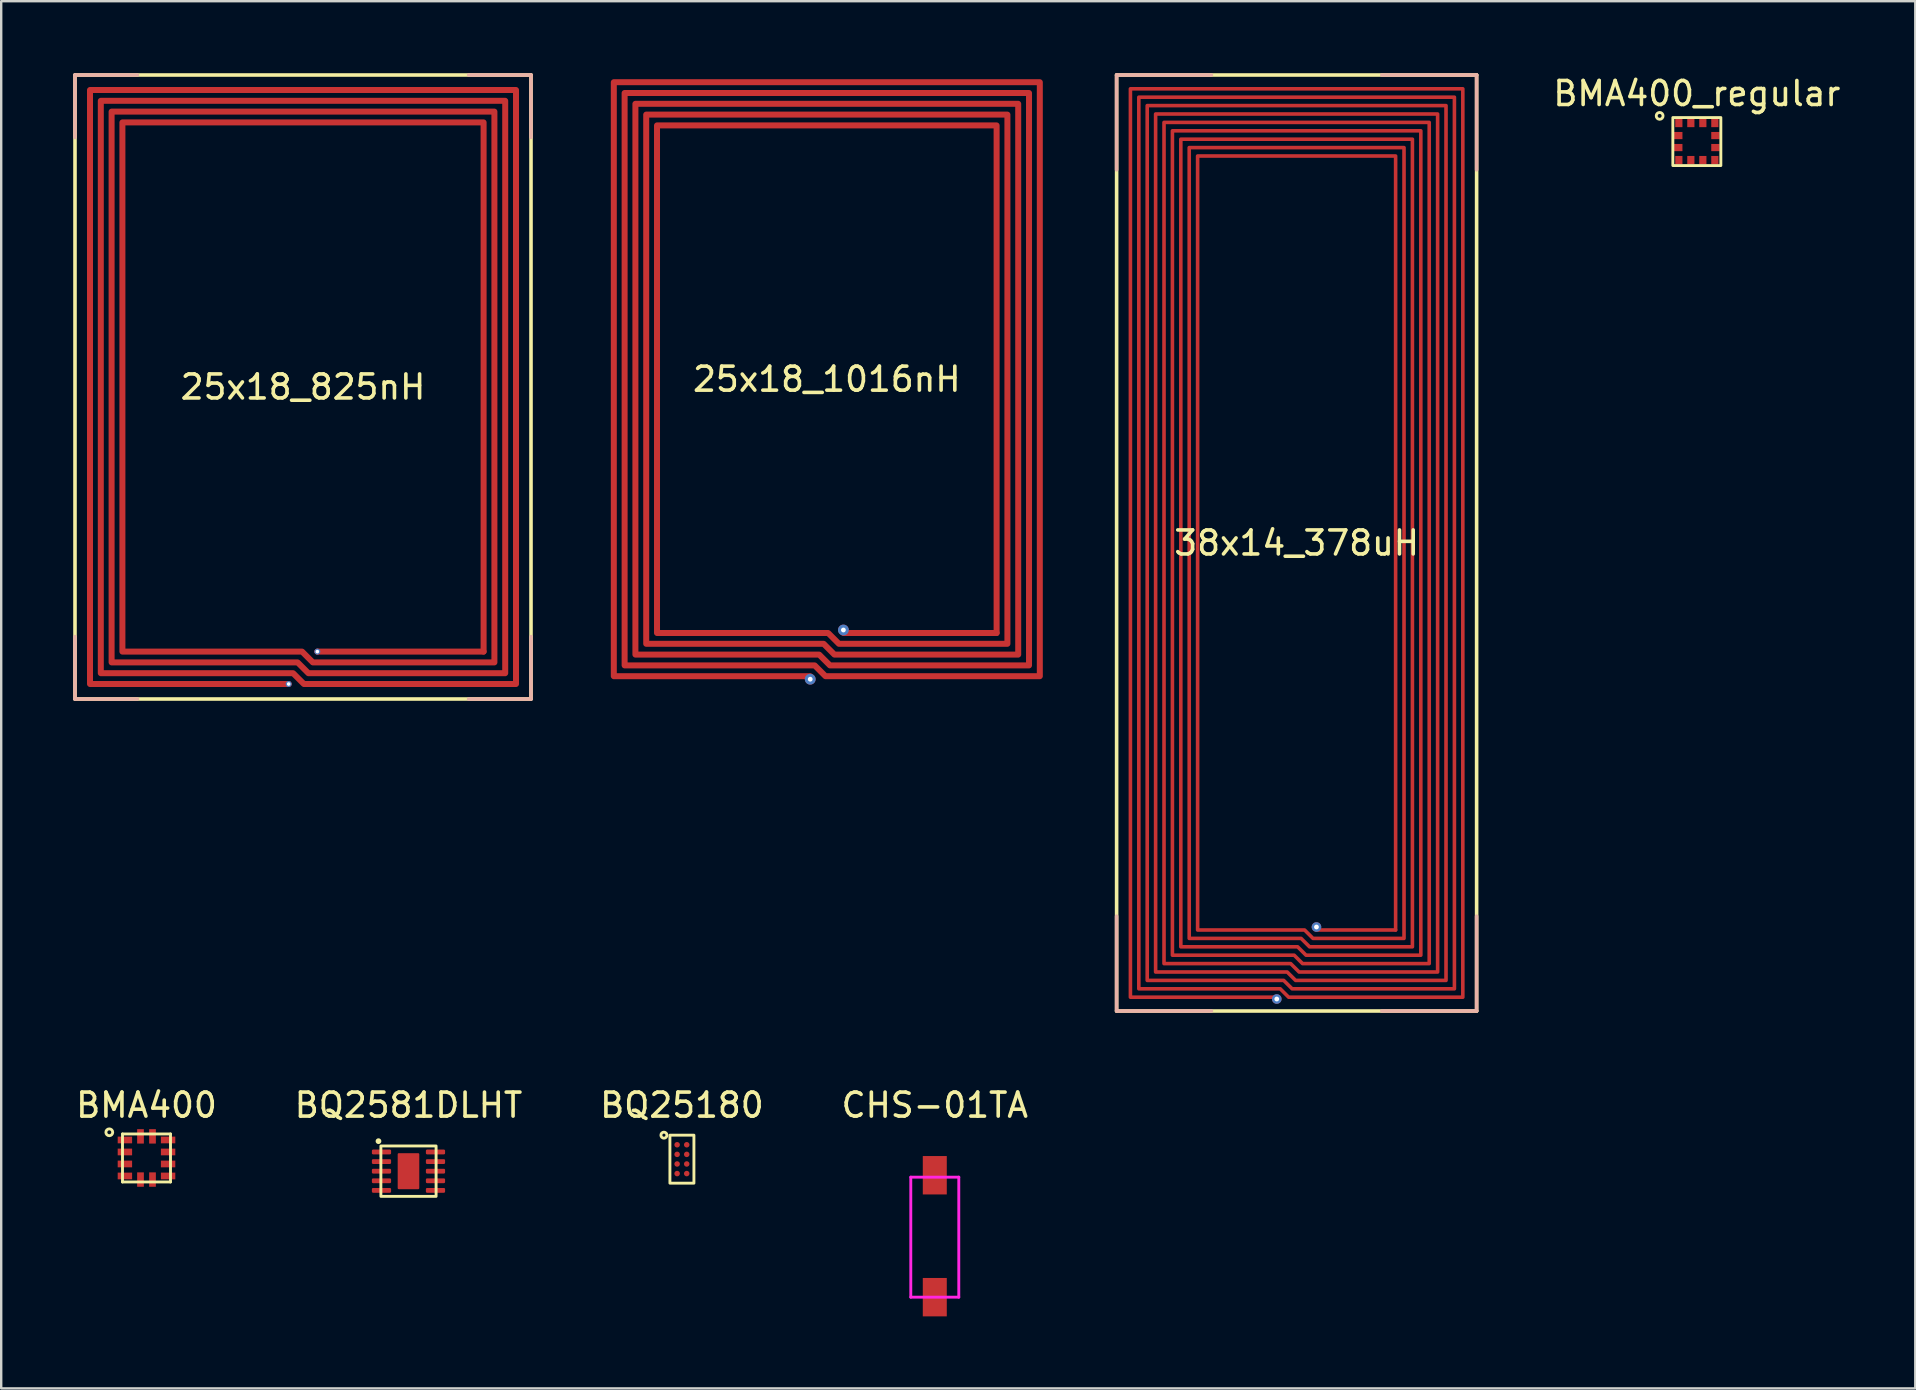
<source format=kicad_pcb>
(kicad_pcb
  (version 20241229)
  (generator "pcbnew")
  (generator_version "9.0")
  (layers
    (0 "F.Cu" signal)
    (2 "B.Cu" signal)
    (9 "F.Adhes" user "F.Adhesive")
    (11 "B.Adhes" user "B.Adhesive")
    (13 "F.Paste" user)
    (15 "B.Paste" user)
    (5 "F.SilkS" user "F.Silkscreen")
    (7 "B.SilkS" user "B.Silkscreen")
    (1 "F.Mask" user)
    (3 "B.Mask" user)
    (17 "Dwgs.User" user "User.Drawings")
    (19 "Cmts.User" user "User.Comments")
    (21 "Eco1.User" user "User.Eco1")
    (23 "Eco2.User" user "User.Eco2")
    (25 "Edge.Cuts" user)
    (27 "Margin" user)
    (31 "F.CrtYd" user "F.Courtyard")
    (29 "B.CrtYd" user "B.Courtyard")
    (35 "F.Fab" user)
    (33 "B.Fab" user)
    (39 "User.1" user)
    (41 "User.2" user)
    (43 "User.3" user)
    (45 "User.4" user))
  (footprint "25x18_825nH"
    (layer "F.Cu")
    (at 0.575 0.575)
    (property "Reference" "25x18_825nH" (at 9 12.5 0) (layer "F.SilkS") (effects (font (size 1 1) (thickness 0.15))))
    (attr through_hole)
    (fp_line (start -0.5 -0.5) (end 18.5 -0.5) (stroke (width 0.15) (type solid)) (layer "F.SilkS"))
    (fp_line (start -0.5 25.5) (end -0.5 -0.5) (stroke (width 0.15) (type solid)) (layer "F.SilkS"))
    (fp_line (start 18.5 -0.5) (end 18.5 25.5) (stroke (width 0.15) (type solid)) (layer "F.SilkS"))
    (fp_line (start 18.5 25.5) (end -0.5 25.5) (stroke (width 0.15) (type solid)) (layer "F.SilkS"))
    (fp_line (start -0.5 -0.5) (end -0.5 2.1) (stroke (width 0.15) (type solid)) (layer "B.SilkS"))
    (fp_line (start -0.5 -0.5) (end 2.1 -0.5) (stroke (width 0.15) (type solid)) (layer "B.SilkS"))
    (fp_line (start -0.5 25.5) (end -0.5 22.9) (stroke (width 0.15) (type solid)) (layer "B.SilkS"))
    (fp_line (start -0.5 25.5) (end 2.1 25.5) (stroke (width 0.15) (type solid)) (layer "B.SilkS"))
    (fp_line (start 18.5 -0.5) (end 15.9 -0.5) (stroke (width 0.15) (type solid)) (layer "B.SilkS"))
    (fp_line (start 18.5 -0.5) (end 18.5 2.1) (stroke (width 0.15) (type solid)) (layer "B.SilkS"))
    (fp_line (start 18.5 25.5) (end 15.9 25.5) (stroke (width 0.15) (type solid)) (layer "B.SilkS"))
    (fp_line (start 18.5 25.5) (end 18.5 22.9) (stroke (width 0.15) (type solid)) (layer "B.SilkS"))
    (pad "1" thru_hole circle (at 8.402 24.875) (size 0.25 0.25) (drill 0.15) (layers "*.Cu" "*.Mask"))
    (pad "1" smd custom (at 8.402 24.875) (size 0.25 0.25) (layers "F.Cu") (options (anchor circle)) (primitives (gr_line (start 0 0) (end -8.277 0) (width 0.25)) (gr_line (start -8.277 0) (end -8.277 -24.75) (width 0.25)) (gr_line (start -8.277 -24.75) (end 9.473 -24.75) (width 0.25)) (gr_line (start 9.473 -24.75) (end 9.473 0) (width 0.25)) (gr_line (start 9.473 0) (end 0.636 0) (width 0.25)) (gr_line (start 0.636 0) (end 0.186 -0.45) (width 0.25)) (gr_line (start 0.186 -0.45) (end -7.827 -0.45) (width 0.25)) (gr_line (start -7.827 -0.45) (end -7.827 -24.3) (width 0.25)) (gr_line (start -7.827 -24.3) (end 9.023 -24.3) (width 0.25)) (gr_line (start 9.023 -24.3) (end 9.023 -0.45) (width 0.25)) (gr_line (start 9.023 -0.45) (end 0.823 -0.45) (width 0.25)) (gr_line (start 0.823 -0.45) (end 0.373 -0.9) (width 0.25)) (gr_line (start 0.373 -0.9) (end -7.377 -0.9) (width 0.25)) (gr_line (start -7.377 -0.9) (end -7.377 -23.85) (width 0.25)) (gr_line (start -7.377 -23.85) (end 8.573 -23.85) (width 0.25)) (gr_line (start 8.573 -23.85) (end 8.573 -0.9) (width 0.25)) (gr_line (start 8.573 -0.9) (end 1.009 -0.9) (width 0.25)) (gr_line (start 1.009 -0.9) (end 0.559 -1.35) (width 0.25)) (gr_line (start 0.559 -1.35) (end -6.927 -1.35) (width 0.25)) (gr_line (start -6.927 -1.35) (end -6.927 -23.4) (width 0.25)) (gr_line (start -6.927 -23.4) (end 8.123 -23.4) (width 0.25)) (gr_line (start 8.123 -23.4) (end 8.123 -1.35) (width 0.25))))
    (pad "2" thru_hole circle (at 9.598 23.525) (size 0.25 0.25) (drill 0.15) (layers "*.Cu" "*.Mask"))
    (pad "2" smd custom (at 9.598 23.525) (size 0.25 0.25) (layers "F.Cu") (options (anchor circle)) (primitives (gr_line (start 0 0) (end 6.927 0) (width 0.25)))))
  (footprint "38x14_378uH"
    (layer "F.Cu")
    (at 43.975 0.575)
    (property "Reference" "38x14_378uH" (at 7 19 0) (layer "F.SilkS") (effects (font (size 1 1) (thickness 0.15))))
    (attr through_hole)
    (fp_line (start 6.173 37.925) (end 6.173 38) (stroke (width 0.12) (type default)) (layer "F.Cu"))
    (fp_line (start 7.827 35.125) (end 7.827 35) (stroke (width 0.12) (type default)) (layer "F.Cu"))
    (fp_line (start -0.5 -0.5) (end 14.5 -0.5) (stroke (width 0.15) (type solid)) (layer "F.SilkS"))
    (fp_line (start -0.5 38.5) (end -0.5 -0.5) (stroke (width 0.15) (type solid)) (layer "F.SilkS"))
    (fp_line (start 14.5 -0.5) (end 14.5 38.5) (stroke (width 0.15) (type solid)) (layer "F.SilkS"))
    (fp_line (start 14.5 38.5) (end -0.5 38.5) (stroke (width 0.15) (type solid)) (layer "F.SilkS"))
    (fp_line (start -0.5 -0.5) (end -0.5 3.45) (stroke (width 0.15) (type solid)) (layer "B.SilkS"))
    (fp_line (start -0.5 -0.5) (end 3.45 -0.5) (stroke (width 0.15) (type solid)) (layer "B.SilkS"))
    (fp_line (start -0.5 38.5) (end -0.5 34.55) (stroke (width 0.15) (type solid)) (layer "B.SilkS"))
    (fp_line (start -0.5 38.5) (end 3.45 38.5) (stroke (width 0.15) (type solid)) (layer "B.SilkS"))
    (fp_line (start 14.5 -0.5) (end 10.55 -0.5) (stroke (width 0.15) (type solid)) (layer "B.SilkS"))
    (fp_line (start 14.5 -0.5) (end 14.5 3.45) (stroke (width 0.15) (type solid)) (layer "B.SilkS"))
    (fp_line (start 14.5 38.5) (end 10.55 38.5) (stroke (width 0.15) (type solid)) (layer "B.SilkS"))
    (fp_line (start 14.5 38.5) (end 14.5 34.55) (stroke (width 0.15) (type solid)) (layer "B.SilkS"))
    (pad "1" smd custom (at 6.173 37.925) (size 0.15 0.15) (layers "F.Cu") (options (anchor circle)) (primitives (gr_line (start 0 0) (end -6.098 0) (width 0.15)) (gr_line (start -6.098 0) (end -6.098 -37.85) (width 0.15)) (gr_line (start -6.098 -37.85) (end 7.752 -37.85) (width 0.15)) (gr_line (start 7.752 -37.85) (end 7.752 0) (width 0.15)) (gr_line (start 7.752 0) (end 0.495 0) (width 0.15)) (gr_line (start 0.495 0) (end 0.145 -0.35) (width 0.15)) (gr_line (start 0.145 -0.35) (end -5.748 -0.35) (width 0.15)) (gr_line (start -5.748 -0.35) (end -5.748 -37.5) (width 0.15)) (gr_line (start -5.748 -37.5) (end 7.402 -37.5) (width 0.15)) (gr_line (start 7.402 -37.5) (end 7.402 -0.35) (width 0.15)) (gr_line (start 7.402 -0.35) (end 0.64 -0.35) (width 0.15)) (gr_line (start 0.64 -0.35) (end 0.29 -0.7) (width 0.15)) (gr_line (start 0.29 -0.7) (end -5.398 -0.7) (width 0.15)) (gr_line (start -5.398 -0.7) (end -5.398 -37.15) (width 0.15)) (gr_line (start -5.398 -37.15) (end 7.052 -37.15) (width 0.15)) (gr_line (start 7.052 -37.15) (end 7.052 -0.7) (width 0.15)) (gr_line (start 7.052 -0.7) (end 0.785 -0.7) (width 0.15)) (gr_line (start 0.785 -0.7) (end 0.435 -1.05) (width 0.15)) (gr_line (start 0.435 -1.05) (end -5.048 -1.05) (width 0.15)) (gr_line (start -5.048 -1.05) (end -5.048 -36.8) (width 0.15)) (gr_line (start -5.048 -36.8) (end 6.702 -36.8) (width 0.15)) (gr_line (start 6.702 -36.8) (end 6.702 -1.05) (width 0.15)) (gr_line (start 6.702 -1.05) (end 0.93 -1.05) (width 0.15)) (gr_line (start 0.93 -1.05) (end 0.58 -1.4) (width 0.15)) (gr_line (start 0.58 -1.4) (end -4.698 -1.4) (width 0.15)) (gr_line (start -4.698 -1.4) (end -4.698 -36.45) (width 0.15)) (gr_line (start -4.698 -36.45) (end 6.352 -36.45) (width 0.15)) (gr_line (start 6.352 -36.45) (end 6.352 -1.4) (width 0.15)) (gr_line (start 6.352 -1.4) (end 1.075 -1.4) (width 0.15)) (gr_line (start 1.075 -1.4) (end 0.725 -1.75) (width 0.15)) (gr_line (start 0.725 -1.75) (end -4.348 -1.75) (width 0.15)) (gr_line (start -4.348 -1.75) (end -4.348 -36.1) (width 0.15)) (gr_line (start -4.348 -36.1) (end 6.002 -36.1) (width 0.15)) (gr_line (start 6.002 -36.1) (end 6.002 -1.75) (width 0.15)) (gr_line (start 6.002 -1.75) (end 1.22 -1.75) (width 0.15)) (gr_line (start 1.22 -1.75) (end 0.87 -2.1) (width 0.15)) (gr_line (start 0.87 -2.1) (end -3.998 -2.1) (width 0.15)) (gr_line (start -3.998 -2.1) (end -3.998 -35.75) (width 0.15)) (gr_line (start -3.998 -35.75) (end 5.652 -35.75) (width 0.15)) (gr_line (start 5.652 -35.75) (end 5.652 -2.1) (width 0.15)) (gr_line (start 5.652 -2.1) (end 1.365 -2.1) (width 0.15)) (gr_line (start 1.365 -2.1) (end 1.015 -2.45) (width 0.15)) (gr_line (start 1.015 -2.45) (end -3.648 -2.45) (width 0.15)) (gr_line (start -3.648 -2.45) (end -3.648 -35.4) (width 0.15)) (gr_line (start -3.648 -35.4) (end 5.302 -35.4) (width 0.15)) (gr_line (start 5.302 -35.4) (end 5.302 -2.45) (width 0.15)) (gr_line (start 5.302 -2.45) (end 1.51 -2.45) (width 0.15)) (gr_line (start 1.51 -2.45) (end 1.16 -2.8) (width 0.15)) (gr_line (start 1.16 -2.8) (end -3.298 -2.8) (width 0.15)) (gr_line (start -3.298 -2.8) (end -3.298 -35.05) (width 0.15)) (gr_line (start -3.298 -35.05) (end 4.952 -35.05) (width 0.15)) (gr_line (start 4.952 -35.05) (end 4.952 -2.8) (width 0.15))))
    (pad "1" thru_hole circle (at 6.173 38) (size 0.4 0.4) (drill 0.2) (layers "*.Cu" "*.Mask"))
    (pad "2" thru_hole circle (at 7.827 35) (size 0.4 0.4) (drill 0.2) (layers "*.Cu" "*.Mask"))
    (pad "2" smd custom (at 7.827 35.125) (size 0.15 0.15) (layers "F.Cu") (options (anchor circle)) (primitives (gr_line (start 0 0) (end 3.298 0) (width 0.15)))))
  (footprint "BMA400_regular"
    (layer "F.Cu")
    (at 67.651 2.848)
    (property "Reference" "BMA400_regular" (at 0 -2 0) (layer "F.SilkS") (effects (font (size 1 1) (thickness 0.15))))
    (attr through_hole)
    (fp_rect (start -1 -1) (end 1 1) (stroke (width 0.12) (type solid)) (fill no) (layer "F.SilkS"))
    (fp_circle (center -1.55 -1.07) (end -1.64 -0.96) (stroke (width 0.12) (type solid)) (fill no) (layer "F.SilkS"))
    (pad "1" smd rect (at -0.75 0.775 180) (size 0.3 0.35) (layers "F.Cu" "F.Mask" "F.Paste"))
    (pad "2" smd rect (at -0.25 0.775 180) (size 0.3 0.35) (layers "F.Cu" "F.Mask" "F.Paste"))
    (pad "3" smd rect (at 0.25 0.775 180) (size 0.3 0.35) (layers "F.Cu" "F.Mask" "F.Paste"))
    (pad "4" smd rect (at 0.75 0.775 180) (size 0.3 0.35) (layers "F.Cu" "F.Mask" "F.Paste"))
    (pad "5" smd rect (at 0.775 0.25 270) (size 0.3 0.35) (layers "F.Cu" "F.Mask" "F.Paste"))
    (pad "6" smd rect (at 0.775 -0.25 270) (size 0.3 0.35) (layers "F.Cu" "F.Mask" "F.Paste"))
    (pad "7" smd rect (at 0.75 -0.775 180) (size 0.3 0.35) (layers "F.Cu" "F.Mask" "F.Paste"))
    (pad "8" smd rect (at 0.25 -0.775 180) (size 0.3 0.35) (layers "F.Cu" "F.Mask" "F.Paste"))
    (pad "9" smd rect (at -0.25 -0.775 180) (size 0.3 0.35) (layers "F.Cu" "F.Mask" "F.Paste"))
    (pad "10" smd rect (at -0.75 -0.775 180) (size 0.3 0.35) (layers "F.Cu" "F.Mask" "F.Paste"))
    (pad "11" smd rect (at -0.775 -0.25 270) (size 0.3 0.35) (layers "F.Cu" "F.Mask" "F.Paste"))
    (pad "12" smd rect (at -0.775 0.25 270) (size 0.3 0.35) (layers "F.Cu" "F.Mask" "F.Paste")))
  (footprint "BMA400"
    (layer "F.Cu")
    (at 3.054 45.198)
    (property "Reference" "BMA400" (at 0 -2.2 0) (layer "F.SilkS") (effects (font (size 1 1) (thickness 0.15))))
    (attr through_hole)
    (fp_line (start -1 -1) (end -1 1) (stroke (width 0.12) (type solid)) (layer "F.SilkS"))
    (fp_line (start -1 1) (end 1 1) (stroke (width 0.12) (type solid)) (layer "F.SilkS"))
    (fp_line (start 1 -1) (end -1 -1) (stroke (width 0.12) (type solid)) (layer "F.SilkS"))
    (fp_line (start 1 1) (end 1 -1) (stroke (width 0.12) (type solid)) (layer "F.SilkS"))
    (fp_circle (center -1.55 -1.07) (end -1.64 -0.96) (stroke (width 0.12) (type solid)) (fill no) (layer "F.SilkS"))
    (pad "1" smd rect (at -0.9 -0.75) (size 0.6 0.28) (layers "F.Cu" "F.Mask" "F.Paste"))
    (pad "2" smd rect (at -0.9 -0.25) (size 0.6 0.28) (layers "F.Cu" "F.Mask" "F.Paste"))
    (pad "3" smd rect (at -0.9 0.25) (size 0.6 0.28) (layers "F.Cu" "F.Mask" "F.Paste"))
    (pad "4" smd rect (at -0.9 0.75) (size 0.6 0.28) (layers "F.Cu" "F.Mask" "F.Paste"))
    (pad "5" smd rect (at -0.25 0.9 90) (size 0.6 0.28) (layers "F.Cu" "F.Mask" "F.Paste"))
    (pad "6" smd rect (at 0.25 0.9 90) (size 0.6 0.28) (layers "F.Cu" "F.Mask" "F.Paste"))
    (pad "7" smd rect (at 0.9 0.75 180) (size 0.6 0.28) (layers "F.Cu" "F.Mask" "F.Paste"))
    (pad "8" smd rect (at 0.9 0.25 180) (size 0.6 0.28) (layers "F.Cu" "F.Mask" "F.Paste"))
    (pad "9" smd rect (at 0.9 -0.25 180) (size 0.6 0.28) (layers "F.Cu" "F.Mask" "F.Paste"))
    (pad "10" smd rect (at 0.9 -0.75 180) (size 0.6 0.28) (layers "F.Cu" "F.Mask" "F.Paste"))
    (pad "11" smd rect (at 0.25 -0.9 270) (size 0.6 0.28) (layers "F.Cu" "F.Mask" "F.Paste"))
    (pad "12" smd rect (at -0.25 -0.9 270) (size 0.6 0.28) (layers "F.Cu" "F.Mask" "F.Paste")))
  (footprint "CHS-01TA"
    (layer "F.Cu")
    (at 35.899 50.998)
    (property "Reference" "CHS-01TA" (at 0 -8 0) (layer "F.SilkS") (effects (font (size 1 1) (thickness 0.15))))
    (attr through_hole)
    (fp_line (start -1 -5) (end 1 -5) (stroke (width 0.12) (type solid)) (layer "F.CrtYd"))
    (fp_line (start -1 0) (end -1 -5) (stroke (width 0.12) (type solid)) (layer "F.CrtYd"))
    (fp_line (start 1 -5) (end 1 0) (stroke (width 0.12) (type solid)) (layer "F.CrtYd"))
    (fp_line (start 1 0) (end -1 0) (stroke (width 0.12) (type solid)) (layer "F.CrtYd"))
    (pad "1" smd rect (at 0 0) (size 1 1.6) (layers "F.Cu" "F.Mask" "F.Paste"))
    (pad "2" smd rect (at 0 -5.08) (size 1 1.6) (layers "F.Cu" "F.Mask" "F.Paste")))
  (footprint "25x18_1016nH"
    (layer "F.Cu")
    (at 22.4 0.25)
    (property "Reference" "25x18_1016nH" (at 9 12.5 0) (unlocked yes) (layer "F.SilkS") (effects (font (size 1 1) (thickness 0.15))))
    (attr through_hole)
    (pad "1" smd custom (at 8.309 24.875) (size 0.25 0.25) (layers "F.Cu") (options (anchor circle)) (primitives (gr_line (start 0 0) (end -8.184 0) (width 0.25)) (gr_line (start -8.184 0) (end -8.184 -24.75) (width 0.25)) (gr_line (start -8.184 -24.75) (end 9.566 -24.75) (width 0.25)) (gr_line (start 9.566 -24.75) (end 9.566 0) (width 0.25)) (gr_line (start 9.566 0) (end 0.636 0) (width 0.25)) (gr_line (start 0.636 0) (end 0.186 -0.45) (width 0.25)) (gr_line (start 0.186 -0.45) (end -7.734 -0.45) (width 0.25)) (gr_line (start -7.734 -0.45) (end -7.734 -24.3) (width 0.25)) (gr_line (start -7.734 -24.3) (end 9.116 -24.3) (width 0.25)) (gr_line (start 9.116 -24.3) (end 9.116 -0.45) (width 0.25)) (gr_line (start 9.116 -0.45) (end 0.823 -0.45) (width 0.25)) (gr_line (start 0.823 -0.45) (end 0.373 -0.9) (width 0.25)) (gr_line (start 0.373 -0.9) (end -7.284 -0.9) (width 0.25)) (gr_line (start -7.284 -0.9) (end -7.284 -23.85) (width 0.25)) (gr_line (start -7.284 -23.85) (end 8.666 -23.85) (width 0.25)) (gr_line (start 8.666 -23.85) (end 8.666 -0.9) (width 0.25)) (gr_line (start 8.666 -0.9) (end 1.009 -0.9) (width 0.25)) (gr_line (start 1.009 -0.9) (end 0.559 -1.35) (width 0.25)) (gr_line (start 0.559 -1.35) (end -6.834 -1.35) (width 0.25)) (gr_line (start -6.834 -1.35) (end -6.834 -23.4) (width 0.25)) (gr_line (start -6.834 -23.4) (end 8.216 -23.4) (width 0.25)) (gr_line (start 8.216 -23.4) (end 8.216 -1.35) (width 0.25)) (gr_line (start 8.216 -1.35) (end 1.196 -1.35) (width 0.25)) (gr_line (start 1.196 -1.35) (end 0.746 -1.8) (width 0.25)) (gr_line (start 0.746 -1.8) (end -6.384 -1.8) (width 0.25)) (gr_line (start -6.384 -1.8) (end -6.384 -22.95) (width 0.25)) (gr_line (start -6.384 -22.95) (end 7.766 -22.95) (width 0.25)) (gr_line (start 7.766 -22.95) (end 7.766 -1.8) (width 0.25))))
    (pad "1" thru_hole circle (at 8.309 25) (size 0.45 0.45) (drill 0.2) (layers "*.Cu" "*.Mask"))
    (pad "2" thru_hole circle (at 9.691 22.95) (size 0.45 0.45) (drill 0.2) (layers "*.Cu" "*.Mask"))
    (pad "2" smd custom (at 9.691 23.075) (size 0.25 0.25) (layers "F.Cu") (options (anchor circle)) (primitives (gr_line (start 0 0) (end 6.384 0) (width 0.25)))))
  (footprint "BQ25180"
    (layer "F.Cu")
    (at 25.363 45.248)
    (property "Reference" "BQ25180" (at 0 -2.25 0) (unlocked yes) (layer "F.SilkS") (effects (font (size 1 1) (thickness 0.15))))
    (attr smd)
    (fp_rect (start -0.5 -1) (end 0.5 1) (stroke (width 0.12) (type solid)) (fill no) (layer "F.SilkS"))
    (fp_circle (center -0.75 -1) (end -0.75 -0.875) (stroke (width 0.12) (type solid)) (fill no) (layer "F.SilkS"))
    (fp_rect (start -0.275 -0.675) (end -0.125 -0.525) (stroke (width 0.1) (type solid)) (fill yes) (layer "F.Paste"))
    (fp_rect (start -0.275 -0.275) (end -0.125 -0.125) (stroke (width 0.1) (type solid)) (fill yes) (layer "F.Paste"))
    (fp_rect (start -0.275 0.125) (end -0.125 0.275) (stroke (width 0.1) (type solid)) (fill yes) (layer "F.Paste"))
    (fp_rect (start -0.275 0.525) (end -0.125 0.675) (stroke (width 0.1) (type solid)) (fill yes) (layer "F.Paste"))
    (fp_rect (start 0.125 -0.675) (end 0.275 -0.525) (stroke (width 0.1) (type solid)) (fill yes) (layer "F.Paste"))
    (fp_rect (start 0.125 -0.275) (end 0.275 -0.125) (stroke (width 0.1) (type solid)) (fill yes) (layer "F.Paste"))
    (fp_rect (start 0.125 0.125) (end 0.275 0.275) (stroke (width 0.1) (type solid)) (fill yes) (layer "F.Paste"))
    (fp_rect (start 0.125 0.525) (end 0.275 0.675) (stroke (width 0.1) (type solid)) (fill yes) (layer "F.Paste"))
    (pad "1" smd circle (at -0.2 -0.6) (size 0.23 0.23) (layers "F.Cu" "F.Mask"))
    (pad "2" smd circle (at -0.2 -0.2) (size 0.23 0.23) (layers "F.Cu" "F.Mask"))
    (pad "3" smd circle (at -0.2 0.2) (size 0.23 0.23) (layers "F.Cu" "F.Mask"))
    (pad "4" smd circle (at -0.2 0.6) (size 0.23 0.23) (layers "F.Cu" "F.Mask"))
    (pad "5" smd circle (at 0.2 -0.6) (size 0.23 0.23) (layers "F.Cu" "F.Mask"))
    (pad "6" smd circle (at 0.2 -0.2) (size 0.23 0.23) (layers "F.Cu" "F.Mask"))
    (pad "7" smd circle (at 0.2 0.2) (size 0.23 0.23) (layers "F.Cu" "F.Mask"))
    (pad "8" smd circle (at 0.2 0.6) (size 0.23 0.23) (layers "F.Cu" "F.Mask")))
  (footprint "BQ2581DLHT"
    (layer "F.Cu")
    (at 13.97 45.748)
    (property "Reference" "BQ2581DLHT" (at 0 -2.75 0) (unlocked yes) (layer "F.SilkS") (effects (font (size 1 1) (thickness 0.15))))
    (attr smd)
    (fp_rect (start -1.15 -1.05) (end 1.15 1.05) (stroke (width 0.12) (type solid)) (fill no) (layer "F.SilkS"))
    (fp_circle (center -1.25 -1.25) (end -1.25 -1.25) (stroke (width 0.12) (type solid)) (fill no) (layer "F.SilkS"))
    (pad "1" smd roundrect (at -1.125 -0.8) (size 0.8 0.2) (layers "F.Cu" "F.Mask" "F.Paste") (roundrect_rratio 0.25))
    (pad "2" smd roundrect (at -1.125 -0.4) (size 0.8 0.2) (layers "F.Cu" "F.Mask" "F.Paste") (roundrect_rratio 0.25))
    (pad "3" smd roundrect (at -1.125 0) (size 0.8 0.2) (layers "F.Cu" "F.Mask" "F.Paste") (roundrect_rratio 0.25))
    (pad "4" smd roundrect (at -1.125 0.4) (size 0.8 0.2) (layers "F.Cu" "F.Mask" "F.Paste") (roundrect_rratio 0.25))
    (pad "5" smd roundrect (at -1.125 0.8) (size 0.8 0.2) (layers "F.Cu" "F.Mask" "F.Paste") (roundrect_rratio 0.25))
    (pad "6" smd roundrect (at 1.125 0.8 180) (size 0.8 0.2) (layers "F.Cu" "F.Mask" "F.Paste") (roundrect_rratio 0.25))
    (pad "7" smd roundrect (at 1.125 0.4 180) (size 0.8 0.2) (layers "F.Cu" "F.Mask" "F.Paste") (roundrect_rratio 0.25))
    (pad "8" smd roundrect (at 1.125 0 180) (size 0.8 0.2) (layers "F.Cu" "F.Mask" "F.Paste") (roundrect_rratio 0.25))
    (pad "9" smd roundrect (at 1.125 -0.4 180) (size 0.8 0.2) (layers "F.Cu" "F.Mask" "F.Paste") (roundrect_rratio 0.25))
    (pad "10" smd roundrect (at 1.125 -0.8 180) (size 0.8 0.2) (layers "F.Cu" "F.Mask" "F.Paste") (roundrect_rratio 0.25))
    (pad "11" smd roundrect (at 0 0) (size 0.9 1.5) (layers "F.Cu" "F.Mask" "F.Paste") (roundrect_rratio 0.05)))
  (gr_rect
    (start -3 -3)
    (end 76.752 54.798)
    (stroke (width 0.1) (type default))
    (fill no)
    (layer "Edge.Cuts")))
</source>
